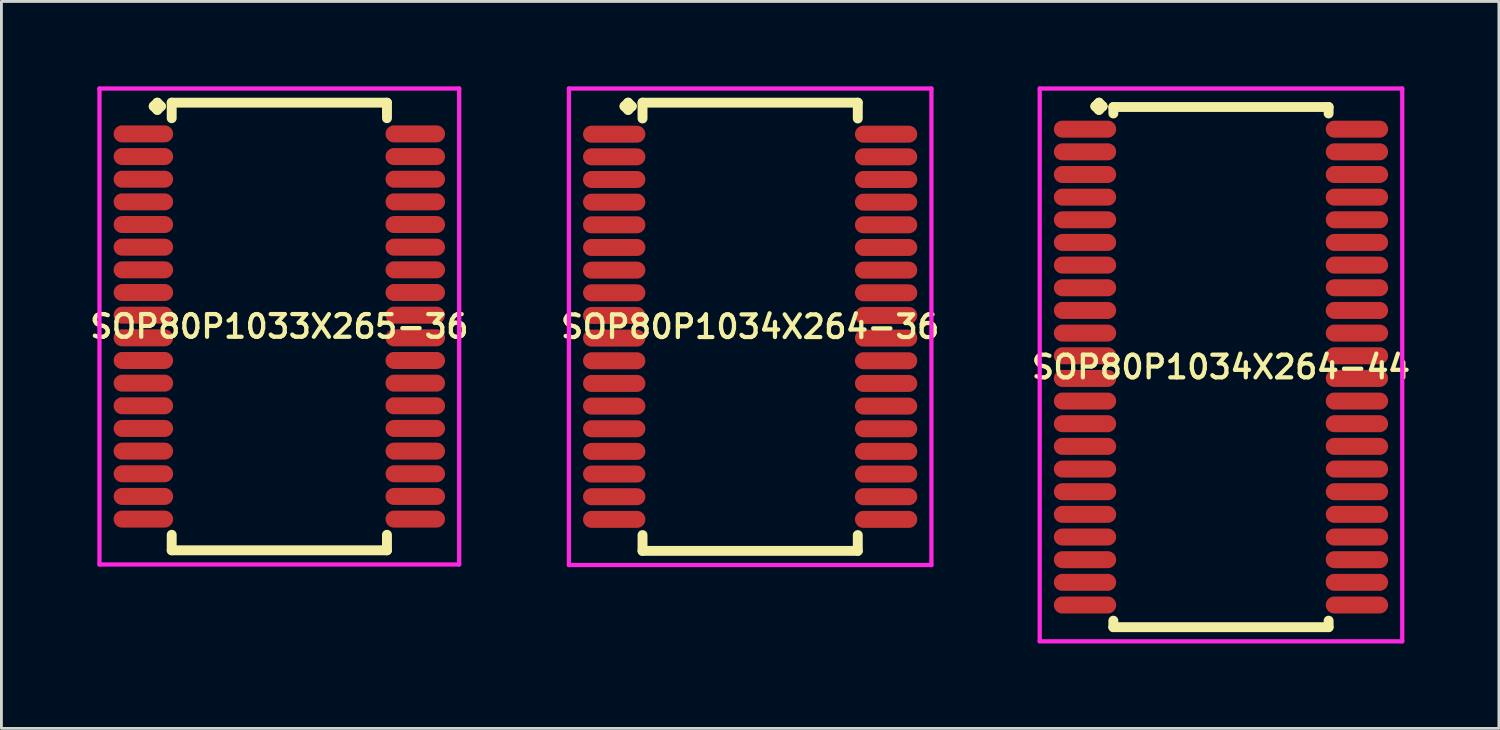
<source format=kicad_pcb>
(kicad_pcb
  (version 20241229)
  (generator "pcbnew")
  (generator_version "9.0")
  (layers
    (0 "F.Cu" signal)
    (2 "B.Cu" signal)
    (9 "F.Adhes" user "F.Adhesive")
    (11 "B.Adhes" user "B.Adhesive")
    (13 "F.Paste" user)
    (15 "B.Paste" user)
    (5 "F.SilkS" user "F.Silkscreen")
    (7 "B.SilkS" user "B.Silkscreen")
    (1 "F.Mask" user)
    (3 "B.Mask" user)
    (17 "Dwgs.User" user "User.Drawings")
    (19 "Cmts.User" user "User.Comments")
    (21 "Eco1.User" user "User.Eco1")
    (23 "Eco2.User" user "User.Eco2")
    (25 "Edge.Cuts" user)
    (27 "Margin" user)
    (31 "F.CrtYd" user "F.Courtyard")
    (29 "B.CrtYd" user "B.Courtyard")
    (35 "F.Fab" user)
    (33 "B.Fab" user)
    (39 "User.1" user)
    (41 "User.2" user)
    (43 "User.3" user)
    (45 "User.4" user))
  (footprint "SOP80P1034X264-36"
    (layer "F.Cu")
    (at 23.435 8.487)
    (property "Reference" "SOP80P1034X264-36" (at 0 0 0) (layer "F.SilkS") (effects (font (size 0.8 0.8) (thickness 0.15))))
    (attr through_hole)
    (fp_line (start -4.435 -7.785) (end -4.308 -7.912) (stroke (width 0.35) (type solid)) (layer "F.SilkS"))
    (fp_line (start -4.308 -7.912) (end -4.181 -7.785) (stroke (width 0.35) (type solid)) (layer "F.SilkS"))
    (fp_line (start -4.308 -7.658) (end -4.435 -7.785) (stroke (width 0.35) (type solid)) (layer "F.SilkS"))
    (fp_line (start -4.181 -7.785) (end -4.308 -7.658) (stroke (width 0.35) (type solid)) (layer "F.SilkS"))
    (fp_line (start -3.8 -7.912) (end 3.8 -7.912) (stroke (width 0.35) (type solid)) (layer "F.SilkS"))
    (fp_line (start -3.8 -7.354) (end -3.8 -7.912) (stroke (width 0.35) (type solid)) (layer "F.SilkS"))
    (fp_line (start -3.8 7.354) (end -3.8 7.912) (stroke (width 0.35) (type solid)) (layer "F.SilkS"))
    (fp_line (start -3.8 7.912) (end 3.8 7.912) (stroke (width 0.35) (type solid)) (layer "F.SilkS"))
    (fp_line (start 3.8 -7.912) (end 3.8 -7.354) (stroke (width 0.35) (type solid)) (layer "F.SilkS"))
    (fp_line (start 3.8 7.912) (end 3.8 7.354) (stroke (width 0.35) (type solid)) (layer "F.SilkS"))
    (fp_line (start -6.4 -8.412) (end 6.4 -8.412) (stroke (width 0.15) (type solid)) (layer "F.CrtYd"))
    (fp_line (start -6.4 8.412) (end -6.4 -8.412) (stroke (width 0.15) (type solid)) (layer "F.CrtYd"))
    (fp_line (start 6.4 -8.412) (end 6.4 8.412) (stroke (width 0.15) (type solid)) (layer "F.CrtYd"))
    (fp_line (start 6.4 8.412) (end -6.4 8.412) (stroke (width 0.15) (type solid)) (layer "F.CrtYd"))
    (pad "1" smd oval (at -4.8 -6.8) (size 2.2 0.6) (layers "F.Cu" "F.Mask" "F.Paste"))
    (pad "2" smd oval (at -4.8 -6) (size 2.2 0.6) (layers "F.Cu" "F.Mask" "F.Paste"))
    (pad "3" smd oval (at -4.8 -5.2) (size 2.2 0.6) (layers "F.Cu" "F.Mask" "F.Paste"))
    (pad "4" smd oval (at -4.8 -4.4) (size 2.2 0.6) (layers "F.Cu" "F.Mask" "F.Paste"))
    (pad "5" smd oval (at -4.8 -3.6) (size 2.2 0.6) (layers "F.Cu" "F.Mask" "F.Paste"))
    (pad "6" smd oval (at -4.8 -2.8) (size 2.2 0.6) (layers "F.Cu" "F.Mask" "F.Paste"))
    (pad "7" smd oval (at -4.8 -2) (size 2.2 0.6) (layers "F.Cu" "F.Mask" "F.Paste"))
    (pad "8" smd oval (at -4.8 -1.2) (size 2.2 0.6) (layers "F.Cu" "F.Mask" "F.Paste"))
    (pad "9" smd oval (at -4.8 -0.4) (size 2.2 0.6) (layers "F.Cu" "F.Mask" "F.Paste"))
    (pad "10" smd oval (at -4.8 0.4) (size 2.2 0.6) (layers "F.Cu" "F.Mask" "F.Paste"))
    (pad "11" smd oval (at -4.8 1.2) (size 2.2 0.6) (layers "F.Cu" "F.Mask" "F.Paste"))
    (pad "12" smd oval (at -4.8 2) (size 2.2 0.6) (layers "F.Cu" "F.Mask" "F.Paste"))
    (pad "13" smd oval (at -4.8 2.8) (size 2.2 0.6) (layers "F.Cu" "F.Mask" "F.Paste"))
    (pad "14" smd oval (at -4.8 3.6) (size 2.2 0.6) (layers "F.Cu" "F.Mask" "F.Paste"))
    (pad "15" smd oval (at -4.8 4.4) (size 2.2 0.6) (layers "F.Cu" "F.Mask" "F.Paste"))
    (pad "16" smd oval (at -4.8 5.2) (size 2.2 0.6) (layers "F.Cu" "F.Mask" "F.Paste"))
    (pad "17" smd oval (at -4.8 6) (size 2.2 0.6) (layers "F.Cu" "F.Mask" "F.Paste"))
    (pad "18" smd oval (at -4.8 6.8) (size 2.2 0.6) (layers "F.Cu" "F.Mask" "F.Paste"))
    (pad "19" smd oval (at 4.8 6.8) (size 2.2 0.6) (layers "F.Cu" "F.Mask" "F.Paste"))
    (pad "20" smd oval (at 4.8 6) (size 2.2 0.6) (layers "F.Cu" "F.Mask" "F.Paste"))
    (pad "21" smd oval (at 4.8 5.2) (size 2.2 0.6) (layers "F.Cu" "F.Mask" "F.Paste"))
    (pad "22" smd oval (at 4.8 4.4) (size 2.2 0.6) (layers "F.Cu" "F.Mask" "F.Paste"))
    (pad "23" smd oval (at 4.8 3.6) (size 2.2 0.6) (layers "F.Cu" "F.Mask" "F.Paste"))
    (pad "24" smd oval (at 4.8 2.8) (size 2.2 0.6) (layers "F.Cu" "F.Mask" "F.Paste"))
    (pad "25" smd oval (at 4.8 2) (size 2.2 0.6) (layers "F.Cu" "F.Mask" "F.Paste"))
    (pad "26" smd oval (at 4.8 1.2) (size 2.2 0.6) (layers "F.Cu" "F.Mask" "F.Paste"))
    (pad "27" smd oval (at 4.8 0.4) (size 2.2 0.6) (layers "F.Cu" "F.Mask" "F.Paste"))
    (pad "28" smd oval (at 4.8 -0.4) (size 2.2 0.6) (layers "F.Cu" "F.Mask" "F.Paste"))
    (pad "29" smd oval (at 4.8 -1.2) (size 2.2 0.6) (layers "F.Cu" "F.Mask" "F.Paste"))
    (pad "30" smd oval (at 4.8 -2) (size 2.2 0.6) (layers "F.Cu" "F.Mask" "F.Paste"))
    (pad "31" smd oval (at 4.8 -2.8) (size 2.2 0.6) (layers "F.Cu" "F.Mask" "F.Paste"))
    (pad "32" smd oval (at 4.8 -3.6) (size 2.2 0.6) (layers "F.Cu" "F.Mask" "F.Paste"))
    (pad "33" smd oval (at 4.8 -4.4) (size 2.2 0.6) (layers "F.Cu" "F.Mask" "F.Paste"))
    (pad "34" smd oval (at 4.8 -5.2) (size 2.2 0.6) (layers "F.Cu" "F.Mask" "F.Paste"))
    (pad "35" smd oval (at 4.8 -6) (size 2.2 0.6) (layers "F.Cu" "F.Mask" "F.Paste"))
    (pad "36" smd oval (at 4.8 -6.8) (size 2.2 0.6) (layers "F.Cu" "F.Mask" "F.Paste")))
  (footprint "SOP80P1033X265-36"
    (layer "F.Cu")
    (at 6.812 8.477)
    (property "Reference" "SOP80P1033X265-36" (at 0 0 0) (layer "F.SilkS") (effects (font (size 0.8 0.8) (thickness 0.15))))
    (attr through_hole)
    (fp_line (start -4.435 -7.775) (end -4.308 -7.902) (stroke (width 0.35) (type solid)) (layer "F.SilkS"))
    (fp_line (start -4.308 -7.902) (end -4.181 -7.775) (stroke (width 0.35) (type solid)) (layer "F.SilkS"))
    (fp_line (start -4.308 -7.648) (end -4.435 -7.775) (stroke (width 0.35) (type solid)) (layer "F.SilkS"))
    (fp_line (start -4.181 -7.775) (end -4.308 -7.648) (stroke (width 0.35) (type solid)) (layer "F.SilkS"))
    (fp_line (start -3.8 -7.902) (end 3.8 -7.902) (stroke (width 0.35) (type solid)) (layer "F.SilkS"))
    (fp_line (start -3.8 -7.354) (end -3.8 -7.902) (stroke (width 0.35) (type solid)) (layer "F.SilkS"))
    (fp_line (start -3.8 7.354) (end -3.8 7.902) (stroke (width 0.35) (type solid)) (layer "F.SilkS"))
    (fp_line (start -3.8 7.902) (end 3.8 7.902) (stroke (width 0.35) (type solid)) (layer "F.SilkS"))
    (fp_line (start 3.8 -7.902) (end 3.8 -7.354) (stroke (width 0.35) (type solid)) (layer "F.SilkS"))
    (fp_line (start 3.8 7.902) (end 3.8 7.354) (stroke (width 0.35) (type solid)) (layer "F.SilkS"))
    (fp_line (start -6.35 -8.402) (end 6.35 -8.402) (stroke (width 0.15) (type solid)) (layer "F.CrtYd"))
    (fp_line (start -6.35 8.402) (end -6.35 -8.402) (stroke (width 0.15) (type solid)) (layer "F.CrtYd"))
    (fp_line (start 6.35 -8.402) (end 6.35 8.402) (stroke (width 0.15) (type solid)) (layer "F.CrtYd"))
    (fp_line (start 6.35 8.402) (end -6.35 8.402) (stroke (width 0.15) (type solid)) (layer "F.CrtYd"))
    (pad "1" smd oval (at -4.8 -6.8) (size 2.1 0.6) (layers "F.Cu" "F.Mask" "F.Paste"))
    (pad "2" smd oval (at -4.8 -6) (size 2.1 0.6) (layers "F.Cu" "F.Mask" "F.Paste"))
    (pad "3" smd oval (at -4.8 -5.2) (size 2.1 0.6) (layers "F.Cu" "F.Mask" "F.Paste"))
    (pad "4" smd oval (at -4.8 -4.4) (size 2.1 0.6) (layers "F.Cu" "F.Mask" "F.Paste"))
    (pad "5" smd oval (at -4.8 -3.6) (size 2.1 0.6) (layers "F.Cu" "F.Mask" "F.Paste"))
    (pad "6" smd oval (at -4.8 -2.8) (size 2.1 0.6) (layers "F.Cu" "F.Mask" "F.Paste"))
    (pad "7" smd oval (at -4.8 -2) (size 2.1 0.6) (layers "F.Cu" "F.Mask" "F.Paste"))
    (pad "8" smd oval (at -4.8 -1.2) (size 2.1 0.6) (layers "F.Cu" "F.Mask" "F.Paste"))
    (pad "9" smd oval (at -4.8 -0.4) (size 2.1 0.6) (layers "F.Cu" "F.Mask" "F.Paste"))
    (pad "10" smd oval (at -4.8 0.4) (size 2.1 0.6) (layers "F.Cu" "F.Mask" "F.Paste"))
    (pad "11" smd oval (at -4.8 1.2) (size 2.1 0.6) (layers "F.Cu" "F.Mask" "F.Paste"))
    (pad "12" smd oval (at -4.8 2) (size 2.1 0.6) (layers "F.Cu" "F.Mask" "F.Paste"))
    (pad "13" smd oval (at -4.8 2.8) (size 2.1 0.6) (layers "F.Cu" "F.Mask" "F.Paste"))
    (pad "14" smd oval (at -4.8 3.6) (size 2.1 0.6) (layers "F.Cu" "F.Mask" "F.Paste"))
    (pad "15" smd oval (at -4.8 4.4) (size 2.1 0.6) (layers "F.Cu" "F.Mask" "F.Paste"))
    (pad "16" smd oval (at -4.8 5.2) (size 2.1 0.6) (layers "F.Cu" "F.Mask" "F.Paste"))
    (pad "17" smd oval (at -4.8 6) (size 2.1 0.6) (layers "F.Cu" "F.Mask" "F.Paste"))
    (pad "18" smd oval (at -4.8 6.8) (size 2.1 0.6) (layers "F.Cu" "F.Mask" "F.Paste"))
    (pad "19" smd oval (at 4.8 6.8) (size 2.1 0.6) (layers "F.Cu" "F.Mask" "F.Paste"))
    (pad "20" smd oval (at 4.8 6) (size 2.1 0.6) (layers "F.Cu" "F.Mask" "F.Paste"))
    (pad "21" smd oval (at 4.8 5.2) (size 2.1 0.6) (layers "F.Cu" "F.Mask" "F.Paste"))
    (pad "22" smd oval (at 4.8 4.4) (size 2.1 0.6) (layers "F.Cu" "F.Mask" "F.Paste"))
    (pad "23" smd oval (at 4.8 3.6) (size 2.1 0.6) (layers "F.Cu" "F.Mask" "F.Paste"))
    (pad "24" smd oval (at 4.8 2.8) (size 2.1 0.6) (layers "F.Cu" "F.Mask" "F.Paste"))
    (pad "25" smd oval (at 4.8 2) (size 2.1 0.6) (layers "F.Cu" "F.Mask" "F.Paste"))
    (pad "26" smd oval (at 4.8 1.2) (size 2.1 0.6) (layers "F.Cu" "F.Mask" "F.Paste"))
    (pad "27" smd oval (at 4.8 0.4) (size 2.1 0.6) (layers "F.Cu" "F.Mask" "F.Paste"))
    (pad "28" smd oval (at 4.8 -0.4) (size 2.1 0.6) (layers "F.Cu" "F.Mask" "F.Paste"))
    (pad "29" smd oval (at 4.8 -1.2) (size 2.1 0.6) (layers "F.Cu" "F.Mask" "F.Paste"))
    (pad "30" smd oval (at 4.8 -2) (size 2.1 0.6) (layers "F.Cu" "F.Mask" "F.Paste"))
    (pad "31" smd oval (at 4.8 -2.8) (size 2.1 0.6) (layers "F.Cu" "F.Mask" "F.Paste"))
    (pad "32" smd oval (at 4.8 -3.6) (size 2.1 0.6) (layers "F.Cu" "F.Mask" "F.Paste"))
    (pad "33" smd oval (at 4.8 -4.4) (size 2.1 0.6) (layers "F.Cu" "F.Mask" "F.Paste"))
    (pad "34" smd oval (at 4.8 -5.2) (size 2.1 0.6) (layers "F.Cu" "F.Mask" "F.Paste"))
    (pad "35" smd oval (at 4.8 -6) (size 2.1 0.6) (layers "F.Cu" "F.Mask" "F.Paste"))
    (pad "36" smd oval (at 4.8 -6.8) (size 2.1 0.6) (layers "F.Cu" "F.Mask" "F.Paste")))
  (footprint "SOP80P1034X264-44"
    (layer "F.Cu")
    (at 40.058 9.91)
    (property "Reference" "SOP80P1034X264-44" (at 0 0 0) (layer "F.SilkS") (effects (font (size 0.8 0.8) (thickness 0.15))))
    (attr smd)
    (fp_line (start -4.435 -9.208) (end -4.308 -9.335) (stroke (width 0.35) (type solid)) (layer "F.SilkS"))
    (fp_line (start -4.308 -9.335) (end -4.181 -9.208) (stroke (width 0.35) (type solid)) (layer "F.SilkS"))
    (fp_line (start -4.308 -9.081) (end -4.435 -9.208) (stroke (width 0.35) (type solid)) (layer "F.SilkS"))
    (fp_line (start -4.181 -9.208) (end -4.308 -9.081) (stroke (width 0.35) (type solid)) (layer "F.SilkS"))
    (fp_line (start -3.8 -9.182) (end 3.8 -9.182) (stroke (width 0.35) (type solid)) (layer "F.SilkS"))
    (fp_line (start -3.8 -8.954) (end -3.8 -9.182) (stroke (width 0.35) (type solid)) (layer "F.SilkS"))
    (fp_line (start -3.8 8.954) (end -3.8 9.182) (stroke (width 0.35) (type solid)) (layer "F.SilkS"))
    (fp_line (start -3.8 9.182) (end 3.8 9.182) (stroke (width 0.35) (type solid)) (layer "F.SilkS"))
    (fp_line (start 3.8 -9.182) (end 3.8 -8.954) (stroke (width 0.35) (type solid)) (layer "F.SilkS"))
    (fp_line (start 3.8 9.182) (end 3.8 8.954) (stroke (width 0.35) (type solid)) (layer "F.SilkS"))
    (fp_line (start -6.4 -9.835) (end 6.4 -9.835) (stroke (width 0.15) (type solid)) (layer "F.CrtYd"))
    (fp_line (start -6.4 9.682) (end -6.4 -9.835) (stroke (width 0.15) (type solid)) (layer "F.CrtYd"))
    (fp_line (start 6.4 -9.835) (end 6.4 9.682) (stroke (width 0.15) (type solid)) (layer "F.CrtYd"))
    (fp_line (start 6.4 9.682) (end -6.4 9.682) (stroke (width 0.15) (type solid)) (layer "F.CrtYd"))
    (pad "1" smd oval (at -4.8 -8.4) (size 2.2 0.6) (layers "F.Cu" "F.Mask" "F.Paste"))
    (pad "2" smd oval (at -4.8 -7.6) (size 2.2 0.6) (layers "F.Cu" "F.Mask" "F.Paste"))
    (pad "3" smd oval (at -4.8 -6.8) (size 2.2 0.6) (layers "F.Cu" "F.Mask" "F.Paste"))
    (pad "4" smd oval (at -4.8 -6) (size 2.2 0.6) (layers "F.Cu" "F.Mask" "F.Paste"))
    (pad "5" smd oval (at -4.8 -5.2) (size 2.2 0.6) (layers "F.Cu" "F.Mask" "F.Paste"))
    (pad "6" smd oval (at -4.8 -4.4) (size 2.2 0.6) (layers "F.Cu" "F.Mask" "F.Paste"))
    (pad "7" smd oval (at -4.8 -3.6) (size 2.2 0.6) (layers "F.Cu" "F.Mask" "F.Paste"))
    (pad "8" smd oval (at -4.8 -2.8) (size 2.2 0.6) (layers "F.Cu" "F.Mask" "F.Paste"))
    (pad "9" smd oval (at -4.8 -2) (size 2.2 0.6) (layers "F.Cu" "F.Mask" "F.Paste"))
    (pad "10" smd oval (at -4.8 -1.2) (size 2.2 0.6) (layers "F.Cu" "F.Mask" "F.Paste"))
    (pad "11" smd oval (at -4.8 -0.4) (size 2.2 0.6) (layers "F.Cu" "F.Mask" "F.Paste"))
    (pad "12" smd oval (at -4.8 0.4) (size 2.2 0.6) (layers "F.Cu" "F.Mask" "F.Paste"))
    (pad "13" smd oval (at -4.8 1.2) (size 2.2 0.6) (layers "F.Cu" "F.Mask" "F.Paste"))
    (pad "14" smd oval (at -4.8 2) (size 2.2 0.6) (layers "F.Cu" "F.Mask" "F.Paste"))
    (pad "15" smd oval (at -4.8 2.8) (size 2.2 0.6) (layers "F.Cu" "F.Mask" "F.Paste"))
    (pad "16" smd oval (at -4.8 3.6) (size 2.2 0.6) (layers "F.Cu" "F.Mask" "F.Paste"))
    (pad "17" smd oval (at -4.8 4.4) (size 2.2 0.6) (layers "F.Cu" "F.Mask" "F.Paste"))
    (pad "18" smd oval (at -4.8 5.2) (size 2.2 0.6) (layers "F.Cu" "F.Mask" "F.Paste"))
    (pad "19" smd oval (at -4.8 6) (size 2.2 0.6) (layers "F.Cu" "F.Mask" "F.Paste"))
    (pad "20" smd oval (at -4.8 6.8) (size 2.2 0.6) (layers "F.Cu" "F.Mask" "F.Paste"))
    (pad "21" smd oval (at -4.8 7.6) (size 2.2 0.6) (layers "F.Cu" "F.Mask" "F.Paste"))
    (pad "22" smd oval (at -4.8 8.4) (size 2.2 0.6) (layers "F.Cu" "F.Mask" "F.Paste"))
    (pad "23" smd oval (at 4.8 8.4) (size 2.2 0.6) (layers "F.Cu" "F.Mask" "F.Paste"))
    (pad "24" smd oval (at 4.8 7.6) (size 2.2 0.6) (layers "F.Cu" "F.Mask" "F.Paste"))
    (pad "25" smd oval (at 4.8 6.8) (size 2.2 0.6) (layers "F.Cu" "F.Mask" "F.Paste"))
    (pad "26" smd oval (at 4.8 6) (size 2.2 0.6) (layers "F.Cu" "F.Mask" "F.Paste"))
    (pad "27" smd oval (at 4.8 5.2) (size 2.2 0.6) (layers "F.Cu" "F.Mask" "F.Paste"))
    (pad "28" smd oval (at 4.8 4.4) (size 2.2 0.6) (layers "F.Cu" "F.Mask" "F.Paste"))
    (pad "29" smd oval (at 4.8 3.6) (size 2.2 0.6) (layers "F.Cu" "F.Mask" "F.Paste"))
    (pad "30" smd oval (at 4.8 2.8) (size 2.2 0.6) (layers "F.Cu" "F.Mask" "F.Paste"))
    (pad "31" smd oval (at 4.8 2) (size 2.2 0.6) (layers "F.Cu" "F.Mask" "F.Paste"))
    (pad "32" smd oval (at 4.8 1.2) (size 2.2 0.6) (layers "F.Cu" "F.Mask" "F.Paste"))
    (pad "33" smd oval (at 4.8 0.4) (size 2.2 0.6) (layers "F.Cu" "F.Mask" "F.Paste"))
    (pad "34" smd oval (at 4.8 -0.4) (size 2.2 0.6) (layers "F.Cu" "F.Mask" "F.Paste"))
    (pad "35" smd oval (at 4.8 -1.2) (size 2.2 0.6) (layers "F.Cu" "F.Mask" "F.Paste"))
    (pad "36" smd oval (at 4.8 -2) (size 2.2 0.6) (layers "F.Cu" "F.Mask" "F.Paste"))
    (pad "37" smd oval (at 4.8 -2.8) (size 2.2 0.6) (layers "F.Cu" "F.Mask" "F.Paste"))
    (pad "38" smd oval (at 4.8 -3.6) (size 2.2 0.6) (layers "F.Cu" "F.Mask" "F.Paste"))
    (pad "39" smd oval (at 4.8 -4.4) (size 2.2 0.6) (layers "F.Cu" "F.Mask" "F.Paste"))
    (pad "40" smd oval (at 4.8 -5.2) (size 2.2 0.6) (layers "F.Cu" "F.Mask" "F.Paste"))
    (pad "41" smd oval (at 4.8 -6) (size 2.2 0.6) (layers "F.Cu" "F.Mask" "F.Paste"))
    (pad "42" smd oval (at 4.8 -6.8) (size 2.2 0.6) (layers "F.Cu" "F.Mask" "F.Paste"))
    (pad "43" smd oval (at 4.8 -7.6) (size 2.2 0.6) (layers "F.Cu" "F.Mask" "F.Paste"))
    (pad "44" smd oval (at 4.8 -8.4) (size 2.2 0.6) (layers "F.Cu" "F.Mask" "F.Paste")))
  (gr_rect
    (start -3 -3)
    (end 49.87 22.667)
    (stroke (width 0.1) (type default))
    (fill no)
    (layer "Edge.Cuts")))
</source>
